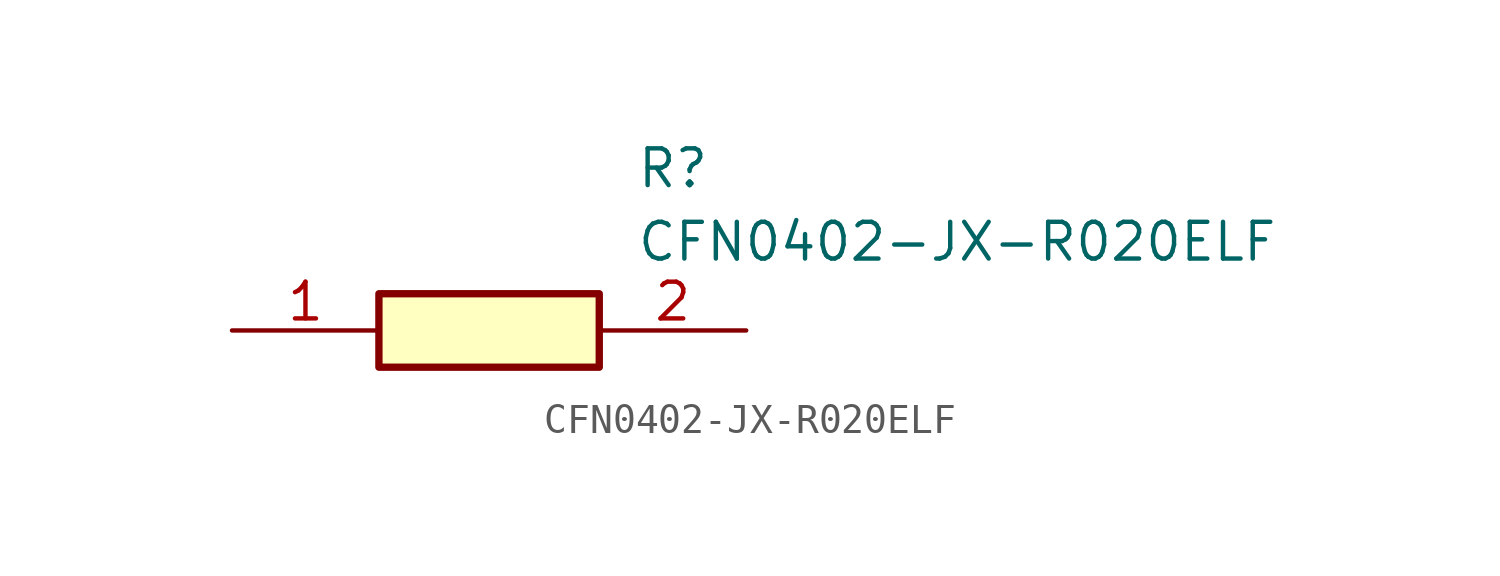
<source format=kicad_sym>
(kicad_symbol_lib
  (version 20211014)
  (generator SamacSys_ECAD_Model)
  (symbol "CFN0402-JX-R020ELF"
    (pin_names hide)
    (property "Reference" "R"
      (at 13.97 6.35 0)
      (effects (font (size 1.27 1.27)) (justify left top)))
    (property "Value" "CFN0402-JX-R020ELF"
      (at 13.97 3.81 0)
      (effects (font (size 1.27 1.27)) (justify left top)))
    (rectangle
      (start 5.08 1.27)
      (end 12.7 -1.27)
      (stroke (width 0.254) (type default))
      (fill (type background)))
    (pin passive line
      (at 0 0 0)
      (length 5.08)
      (name "1" (effects (font (size 1.27 1.27))))
      (number "1" (effects (font (size 1.27 1.27)))))
    (pin passive line
      (at 17.78 0 180)
      (length 5.08)
      (name "2" (effects (font (size 1.27 1.27))))
      (number "2" (effects (font (size 1.27 1.27)))))))
</source>
